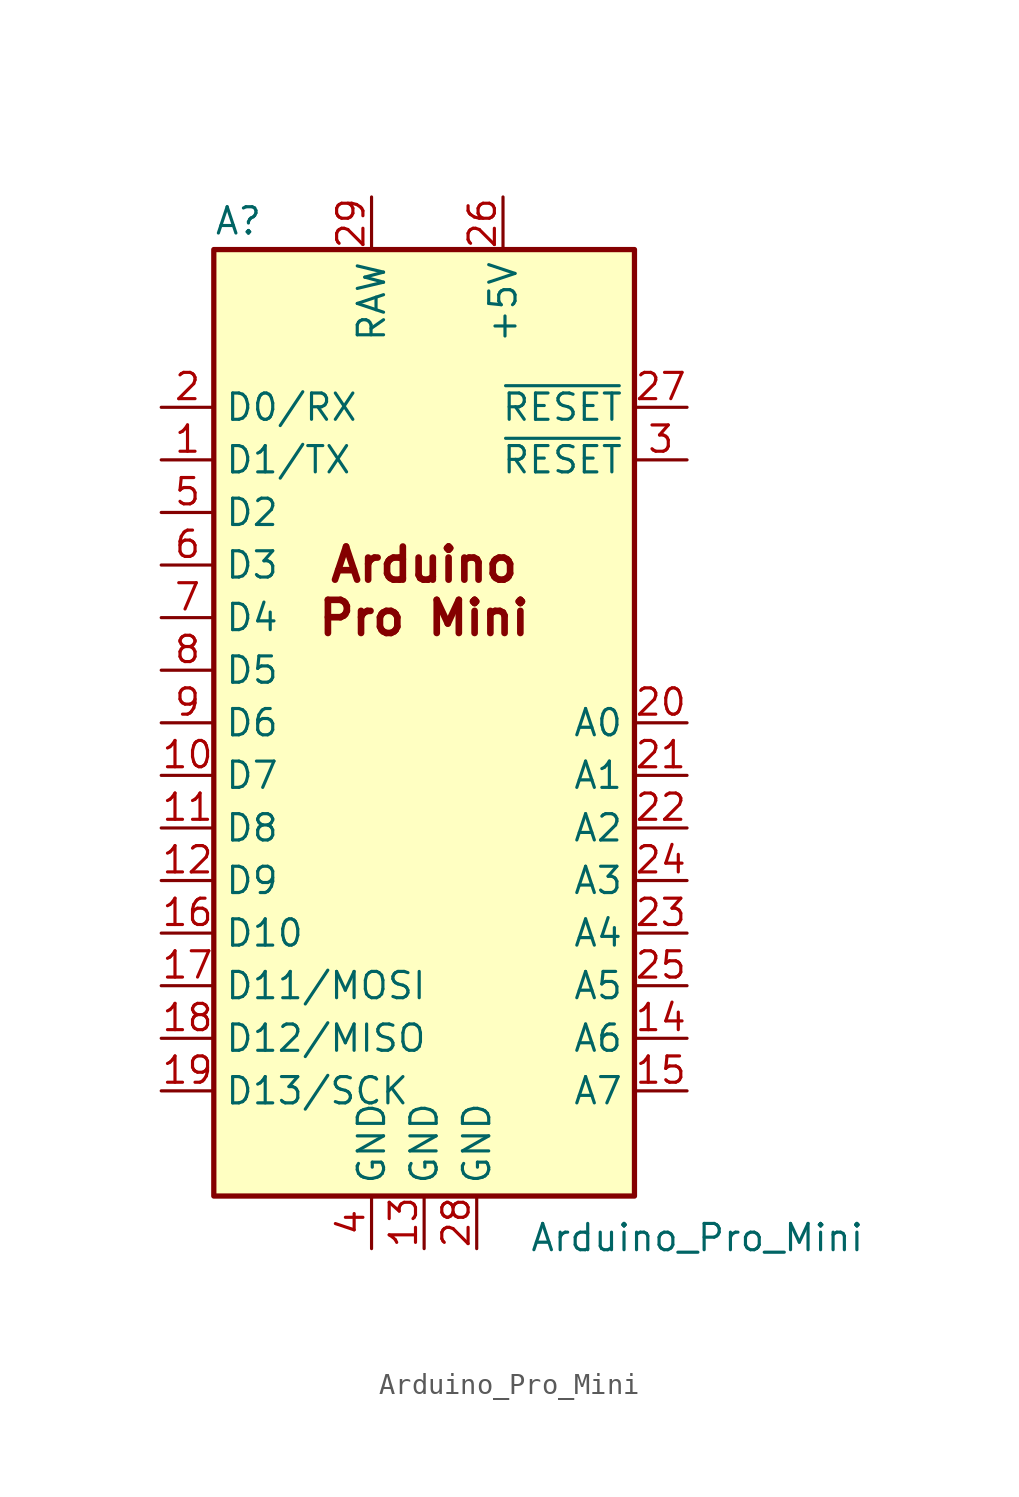
<source format=kicad_sym>
(kicad_symbol_lib
  (version 20220914)
  (generator kicad_symbol_editor)
  (symbol "Arduino_Pro_Mini"
    (property "Reference" "A"
      (at -10.16 23.495 0)
      (effects (font (size 1.27 1.27)) (justify left bottom)))
    (property "Value" "Arduino_Pro_Mini"
      (at 5.08 -24.13 0)
      (effects (font (size 1.27 1.27)) (justify left top)))
    (symbol "Arduino_Pro_Mini_0_1"
      (rectangle (start -10.16 22.86) (end 10.16 -22.86) (stroke (width 0.254) (type default)) (fill (type background))))
    (symbol "Arduino_Pro_Mini_1_1"
      (text "Arduino\nPro Mini" (at 0 6.35 0) (effects (font (size 1.6 1.6) bold)))
      (pin bidirectional line (at -12.7 12.7 0) (length 2.54) (name "D1/TX" (effects (font (size 1.27 1.27)))) (number "1" (effects (font (size 1.27 1.27)))))
      (pin bidirectional line (at -12.7 -2.54 0) (length 2.54) (name "D7" (effects (font (size 1.27 1.27)))) (number "10" (effects (font (size 1.27 1.27)))))
      (pin bidirectional line (at -12.7 -5.08 0) (length 2.54) (name "D8" (effects (font (size 1.27 1.27)))) (number "11" (effects (font (size 1.27 1.27)))))
      (pin bidirectional line (at -12.7 -7.62 0) (length 2.54) (name "D9" (effects (font (size 1.27 1.27)))) (number "12" (effects (font (size 1.27 1.27)))))
      (pin power_in line (at 0 -25.4 90) (length 2.54) (name "GND" (effects (font (size 1.27 1.27)))) (number "13" (effects (font (size 1.27 1.27)))))
      (pin bidirectional line (at 12.7 -15.24 180) (length 2.54) (name "A6" (effects (font (size 1.27 1.27)))) (number "14" (effects (font (size 1.27 1.27)))))
      (pin bidirectional line (at 12.7 -17.78 180) (length 2.54) (name "A7" (effects (font (size 1.27 1.27)))) (number "15" (effects (font (size 1.27 1.27)))))
      (pin bidirectional line (at -12.7 -10.16 0) (length 2.54) (name "D10" (effects (font (size 1.27 1.27)))) (number "16" (effects (font (size 1.27 1.27)))))
      (pin bidirectional line (at -12.7 -12.7 0) (length 2.54) (name "D11/MOSI" (effects (font (size 1.27 1.27)))) (number "17" (effects (font (size 1.27 1.27)))))
      (pin bidirectional line (at -12.7 -15.24 0) (length 2.54) (name "D12/MISO" (effects (font (size 1.27 1.27)))) (number "18" (effects (font (size 1.27 1.27)))))
      (pin bidirectional line (at -12.7 -17.78 0) (length 2.54) (name "D13/SCK" (effects (font (size 1.27 1.27)))) (number "19" (effects (font (size 1.27 1.27)))))
      (pin bidirectional line (at -12.7 15.24 0) (length 2.54) (name "D0/RX" (effects (font (size 1.27 1.27)))) (number "2" (effects (font (size 1.27 1.27)))))
      (pin bidirectional line (at 12.7 0 180) (length 2.54) (name "A0" (effects (font (size 1.27 1.27)))) (number "20" (effects (font (size 1.27 1.27)))))
      (pin bidirectional line (at 12.7 -2.54 180) (length 2.54) (name "A1" (effects (font (size 1.27 1.27)))) (number "21" (effects (font (size 1.27 1.27)))))
      (pin bidirectional line (at 12.7 -5.08 180) (length 2.54) (name "A2" (effects (font (size 1.27 1.27)))) (number "22" (effects (font (size 1.27 1.27)))))
      (pin bidirectional line (at 12.7 -10.16 180) (length 2.54) (name "A4" (effects (font (size 1.27 1.27)))) (number "23" (effects (font (size 1.27 1.27)))))
      (pin bidirectional line (at 12.7 -7.62 180) (length 2.54) (name "A3" (effects (font (size 1.27 1.27)))) (number "24" (effects (font (size 1.27 1.27)))))
      (pin bidirectional line (at 12.7 -12.7 180) (length 2.54) (name "A5" (effects (font (size 1.27 1.27)))) (number "25" (effects (font (size 1.27 1.27)))))
      (pin power_in line (at 3.81 25.4 270) (length 2.54) (name "+5V" (effects (font (size 1.27 1.27)))) (number "26" (effects (font (size 1.27 1.27)))))
      (pin input line (at 12.7 15.24 180) (length 2.54) (name "~{RESET}" (effects (font (size 1.27 1.27)))) (number "27" (effects (font (size 1.27 1.27)))))
      (pin power_in line (at 2.54 -25.4 90) (length 2.54) (name "GND" (effects (font (size 1.27 1.27)))) (number "28" (effects (font (size 1.27 1.27)))))
      (pin power_in line (at -2.54 25.4 270) (length 2.54) (name "RAW" (effects (font (size 1.27 1.27)))) (number "29" (effects (font (size 1.27 1.27)))))
      (pin input line (at 12.7 12.7 180) (length 2.54) (name "~{RESET}" (effects (font (size 1.27 1.27)))) (number "3" (effects (font (size 1.27 1.27)))))
      (pin power_in line (at -2.54 -25.4 90) (length 2.54) (name "GND" (effects (font (size 1.27 1.27)))) (number "4" (effects (font (size 1.27 1.27)))))
      (pin bidirectional line (at -12.7 10.16 0) (length 2.54) (name "D2" (effects (font (size 1.27 1.27)))) (number "5" (effects (font (size 1.27 1.27)))))
      (pin bidirectional line (at -12.7 7.62 0) (length 2.54) (name "D3" (effects (font (size 1.27 1.27)))) (number "6" (effects (font (size 1.27 1.27)))))
      (pin bidirectional line (at -12.7 5.08 0) (length 2.54) (name "D4" (effects (font (size 1.27 1.27)))) (number "7" (effects (font (size 1.27 1.27)))))
      (pin bidirectional line (at -12.7 2.54 0) (length 2.54) (name "D5" (effects (font (size 1.27 1.27)))) (number "8" (effects (font (size 1.27 1.27)))))
      (pin bidirectional line (at -12.7 0 0) (length 2.54) (name "D6" (effects (font (size 1.27 1.27)))) (number "9" (effects (font (size 1.27 1.27))))))))
</source>
